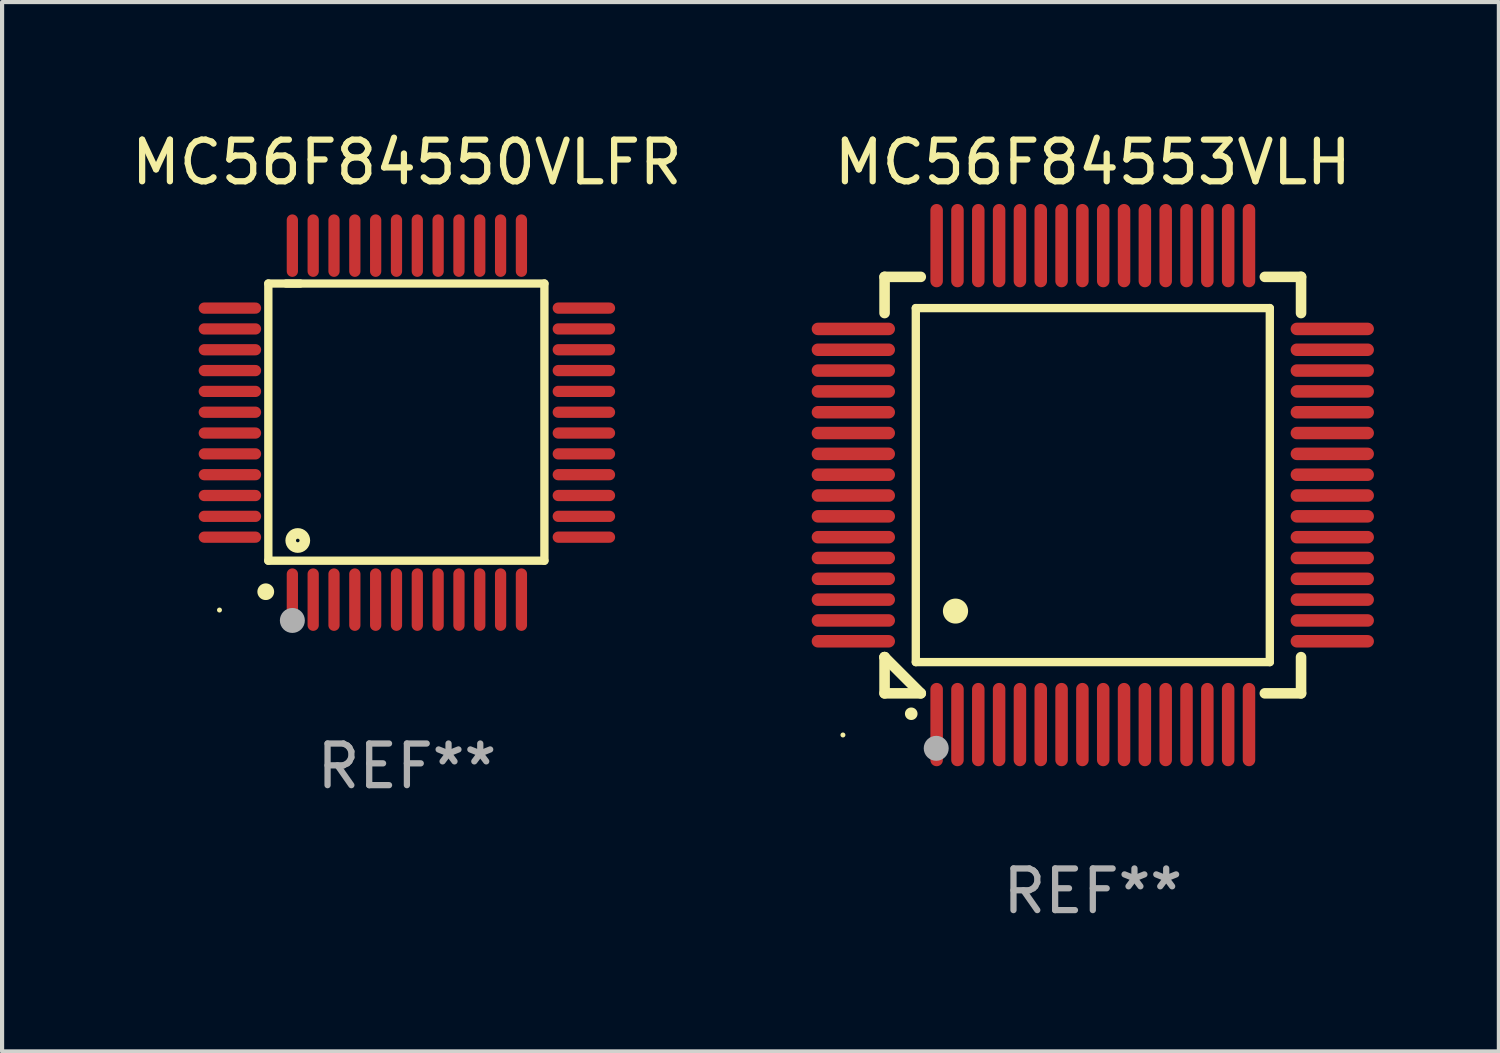
<source format=kicad_pcb>
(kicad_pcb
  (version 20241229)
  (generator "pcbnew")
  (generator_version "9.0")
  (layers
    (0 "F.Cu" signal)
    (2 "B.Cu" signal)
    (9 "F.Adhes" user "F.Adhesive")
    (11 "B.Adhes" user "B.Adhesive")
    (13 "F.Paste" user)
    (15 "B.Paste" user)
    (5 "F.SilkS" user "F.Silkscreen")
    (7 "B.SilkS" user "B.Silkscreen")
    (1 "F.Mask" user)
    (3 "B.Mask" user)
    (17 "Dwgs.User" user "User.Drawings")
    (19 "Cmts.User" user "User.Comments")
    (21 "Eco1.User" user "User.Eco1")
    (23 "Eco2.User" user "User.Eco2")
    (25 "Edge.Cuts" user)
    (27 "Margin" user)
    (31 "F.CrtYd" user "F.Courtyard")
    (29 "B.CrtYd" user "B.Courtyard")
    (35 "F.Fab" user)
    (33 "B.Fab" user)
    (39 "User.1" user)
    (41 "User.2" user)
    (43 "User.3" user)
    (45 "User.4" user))
  (footprint "MC56F84553VLH"
    (layer "F.Cu")
    (at 23.19 8.598)
    (property "Reference" "MC56F84553VLH" (at 0 -7.75 0) (layer "F.SilkS") (effects (font (size 1 1) (thickness 0.15))))
    (attr through_hole)
    (fp_line (start -5 -5) (end -4.131 -5) (stroke (width 0.254) (type solid)) (layer "F.SilkS"))
    (fp_line (start -5 -4.131) (end -5 -5) (stroke (width 0.254) (type solid)) (layer "F.SilkS"))
    (fp_line (start -5 4.131) (end -5 4.131) (stroke (width 0.254) (type solid)) (layer "F.SilkS"))
    (fp_line (start -5 5) (end -5 4.131) (stroke (width 0.254) (type solid)) (layer "F.SilkS"))
    (fp_line (start -5 4.131) (end -4.131 5) (stroke (width 0.254) (type solid)) (layer "F.SilkS"))
    (fp_line (start -4.25 -4.25) (end -4.25 4.25) (stroke (width 0.2) (type solid)) (layer "F.SilkS"))
    (fp_line (start -4.25 4.25) (end 4.25 4.25) (stroke (width 0.2) (type solid)) (layer "F.SilkS"))
    (fp_line (start -4.131 5) (end -5 5) (stroke (width 0.254) (type solid)) (layer "F.SilkS"))
    (fp_line (start 4.25 -4.25) (end -4.25 -4.25) (stroke (width 0.2) (type solid)) (layer "F.SilkS"))
    (fp_line (start 4.25 4.25) (end 4.25 -4.25) (stroke (width 0.2) (type solid)) (layer "F.SilkS"))
    (fp_line (start 5 -5) (end 4.131 -5) (stroke (width 0.254) (type solid)) (layer "F.SilkS"))
    (fp_line (start 5 -5) (end 5 -4.131) (stroke (width 0.254) (type solid)) (layer "F.SilkS"))
    (fp_line (start 5 4.131) (end 5 5) (stroke (width 0.254) (type solid)) (layer "F.SilkS"))
    (fp_line (start 5 5) (end 4.131 5) (stroke (width 0.254) (type solid)) (layer "F.SilkS"))
    (fp_arc (start -4.361265 5.489992) (mid -4.359995 5.489987) (end -4.358725 5.489992) (stroke (width 0.3) (type solid)) (layer "F.SilkS"))
    (fp_arc (start -3.299467 3.025146) (mid -3.296927 3.025135) (end -3.294387 3.025146) (stroke (width 0.6) (type solid)) (layer "F.SilkS"))
    (fp_circle (center -6 6) (end -5.97 6) (stroke (width 0.06) (type solid)) (fill no) (layer "F.SilkS"))
    (fp_circle (center -3.76 6.32) (end -3.61 6.32) (stroke (width 0.3) (type solid)) (fill no) (layer "F.Fab"))
    (fp_text user "REF**" (at 0 9.75 0) (layer "F.Fab") (effects (font (size 1 1) (thickness 0.15))))
    (pad "1" smd oval (at -3.75 5.75) (size 0.3 2) (layers "F.Cu" "F.Mask" "F.Paste"))
    (pad "2" smd oval (at -3.25 5.75) (size 0.3 2) (layers "F.Cu" "F.Mask" "F.Paste"))
    (pad "3" smd oval (at -2.75 5.75) (size 0.3 2) (layers "F.Cu" "F.Mask" "F.Paste"))
    (pad "4" smd oval (at -2.25 5.75) (size 0.3 2) (layers "F.Cu" "F.Mask" "F.Paste"))
    (pad "5" smd oval (at -1.75 5.75) (size 0.3 2) (layers "F.Cu" "F.Mask" "F.Paste"))
    (pad "6" smd oval (at -1.25 5.75) (size 0.3 2) (layers "F.Cu" "F.Mask" "F.Paste"))
    (pad "7" smd oval (at -0.75 5.75) (size 0.3 2) (layers "F.Cu" "F.Mask" "F.Paste"))
    (pad "8" smd oval (at -0.25 5.75) (size 0.3 2) (layers "F.Cu" "F.Mask" "F.Paste"))
    (pad "9" smd oval (at 0.25 5.75) (size 0.3 2) (layers "F.Cu" "F.Mask" "F.Paste"))
    (pad "10" smd oval (at 0.75 5.75) (size 0.3 2) (layers "F.Cu" "F.Mask" "F.Paste"))
    (pad "11" smd oval (at 1.25 5.75) (size 0.3 2) (layers "F.Cu" "F.Mask" "F.Paste"))
    (pad "12" smd oval (at 1.75 5.75) (size 0.3 2) (layers "F.Cu" "F.Mask" "F.Paste"))
    (pad "13" smd oval (at 2.25 5.75) (size 0.3 2) (layers "F.Cu" "F.Mask" "F.Paste"))
    (pad "14" smd oval (at 2.75 5.75) (size 0.3 2) (layers "F.Cu" "F.Mask" "F.Paste"))
    (pad "15" smd oval (at 3.25 5.75) (size 0.3 2) (layers "F.Cu" "F.Mask" "F.Paste"))
    (pad "16" smd oval (at 3.75 5.75) (size 0.3 2) (layers "F.Cu" "F.Mask" "F.Paste"))
    (pad "17" smd oval (at 5.75 3.75) (size 2 0.3) (layers "F.Cu" "F.Mask" "F.Paste"))
    (pad "18" smd oval (at 5.75 3.25) (size 2 0.3) (layers "F.Cu" "F.Mask" "F.Paste"))
    (pad "19" smd oval (at 5.75 2.75) (size 2 0.3) (layers "F.Cu" "F.Mask" "F.Paste"))
    (pad "20" smd oval (at 5.75 2.25) (size 2 0.3) (layers "F.Cu" "F.Mask" "F.Paste"))
    (pad "21" smd oval (at 5.75 1.75) (size 2 0.3) (layers "F.Cu" "F.Mask" "F.Paste"))
    (pad "22" smd oval (at 5.75 1.25) (size 2 0.3) (layers "F.Cu" "F.Mask" "F.Paste"))
    (pad "23" smd oval (at 5.75 0.75) (size 2 0.3) (layers "F.Cu" "F.Mask" "F.Paste"))
    (pad "24" smd oval (at 5.75 0.25) (size 2 0.3) (layers "F.Cu" "F.Mask" "F.Paste"))
    (pad "25" smd oval (at 5.75 -0.25) (size 2 0.3) (layers "F.Cu" "F.Mask" "F.Paste"))
    (pad "26" smd oval (at 5.75 -0.75) (size 2 0.3) (layers "F.Cu" "F.Mask" "F.Paste"))
    (pad "27" smd oval (at 5.75 -1.25) (size 2 0.3) (layers "F.Cu" "F.Mask" "F.Paste"))
    (pad "28" smd oval (at 5.75 -1.75) (size 2 0.3) (layers "F.Cu" "F.Mask" "F.Paste"))
    (pad "29" smd oval (at 5.75 -2.25) (size 2 0.3) (layers "F.Cu" "F.Mask" "F.Paste"))
    (pad "30" smd oval (at 5.75 -2.75) (size 2 0.3) (layers "F.Cu" "F.Mask" "F.Paste"))
    (pad "31" smd oval (at 5.75 -3.25) (size 2 0.3) (layers "F.Cu" "F.Mask" "F.Paste"))
    (pad "32" smd oval (at 5.75 -3.75) (size 2 0.3) (layers "F.Cu" "F.Mask" "F.Paste"))
    (pad "33" smd oval (at 3.75 -5.75) (size 0.3 2) (layers "F.Cu" "F.Mask" "F.Paste"))
    (pad "34" smd oval (at 3.25 -5.75) (size 0.3 2) (layers "F.Cu" "F.Mask" "F.Paste"))
    (pad "35" smd oval (at 2.75 -5.75) (size 0.3 2) (layers "F.Cu" "F.Mask" "F.Paste"))
    (pad "36" smd oval (at 2.25 -5.75) (size 0.3 2) (layers "F.Cu" "F.Mask" "F.Paste"))
    (pad "37" smd oval (at 1.75 -5.75) (size 0.3 2) (layers "F.Cu" "F.Mask" "F.Paste"))
    (pad "38" smd oval (at 1.25 -5.75) (size 0.3 2) (layers "F.Cu" "F.Mask" "F.Paste"))
    (pad "39" smd oval (at 0.75 -5.75) (size 0.3 2) (layers "F.Cu" "F.Mask" "F.Paste"))
    (pad "40" smd oval (at 0.25 -5.75) (size 0.3 2) (layers "F.Cu" "F.Mask" "F.Paste"))
    (pad "41" smd oval (at -0.25 -5.75) (size 0.3 2) (layers "F.Cu" "F.Mask" "F.Paste"))
    (pad "42" smd oval (at -0.75 -5.75) (size 0.3 2) (layers "F.Cu" "F.Mask" "F.Paste"))
    (pad "43" smd oval (at -1.25 -5.75) (size 0.3 2) (layers "F.Cu" "F.Mask" "F.Paste"))
    (pad "44" smd oval (at -1.75 -5.75) (size 0.3 2) (layers "F.Cu" "F.Mask" "F.Paste"))
    (pad "45" smd oval (at -2.25 -5.75) (size 0.3 2) (layers "F.Cu" "F.Mask" "F.Paste"))
    (pad "46" smd oval (at -2.75 -5.75) (size 0.3 2) (layers "F.Cu" "F.Mask" "F.Paste"))
    (pad "47" smd oval (at -3.25 -5.75) (size 0.3 2) (layers "F.Cu" "F.Mask" "F.Paste"))
    (pad "48" smd oval (at -3.75 -5.75) (size 0.3 2) (layers "F.Cu" "F.Mask" "F.Paste"))
    (pad "49" smd oval (at -5.75 -3.75) (size 2 0.3) (layers "F.Cu" "F.Mask" "F.Paste"))
    (pad "50" smd oval (at -5.75 -3.25) (size 2 0.3) (layers "F.Cu" "F.Mask" "F.Paste"))
    (pad "51" smd oval (at -5.75 -2.75) (size 2 0.3) (layers "F.Cu" "F.Mask" "F.Paste"))
    (pad "52" smd oval (at -5.75 -2.25) (size 2 0.3) (layers "F.Cu" "F.Mask" "F.Paste"))
    (pad "53" smd oval (at -5.75 -1.75) (size 2 0.3) (layers "F.Cu" "F.Mask" "F.Paste"))
    (pad "54" smd oval (at -5.75 -1.25) (size 2 0.3) (layers "F.Cu" "F.Mask" "F.Paste"))
    (pad "55" smd oval (at -5.75 -0.75) (size 2 0.3) (layers "F.Cu" "F.Mask" "F.Paste"))
    (pad "56" smd oval (at -5.75 -0.25) (size 2 0.3) (layers "F.Cu" "F.Mask" "F.Paste"))
    (pad "57" smd oval (at -5.75 0.25) (size 2 0.3) (layers "F.Cu" "F.Mask" "F.Paste"))
    (pad "58" smd oval (at -5.75 0.75) (size 2 0.3) (layers "F.Cu" "F.Mask" "F.Paste"))
    (pad "59" smd oval (at -5.75 1.25) (size 2 0.3) (layers "F.Cu" "F.Mask" "F.Paste"))
    (pad "60" smd oval (at -5.75 1.75) (size 2 0.3) (layers "F.Cu" "F.Mask" "F.Paste"))
    (pad "61" smd oval (at -5.75 2.25) (size 2 0.3) (layers "F.Cu" "F.Mask" "F.Paste"))
    (pad "62" smd oval (at -5.75 2.75) (size 2 0.3) (layers "F.Cu" "F.Mask" "F.Paste"))
    (pad "63" smd oval (at -5.75 3.25) (size 2 0.3) (layers "F.Cu" "F.Mask" "F.Paste"))
    (pad "64" smd oval (at -5.75 3.75) (size 2 0.3) (layers "F.Cu" "F.Mask" "F.Paste")))
  (footprint "MC56F84550VLFR"
    (layer "F.Cu")
    (at 6.72 7.098)
    (property "Reference" "MC56F84550VLFR" (at 0 -6.25 0) (layer "F.SilkS") (effects (font (size 1 1) (thickness 0.15))))
    (attr through_hole)
    (fp_line (start -3.327 -3.34) (end -2.565 -3.34) (stroke (width 0.2) (type solid)) (layer "F.SilkS"))
    (fp_line (start -3.327 3.315) (end -3.327 -3.34) (stroke (width 0.2) (type solid)) (layer "F.SilkS"))
    (fp_line (start -2.896 -3.34) (end 3.302 -3.34) (stroke (width 0.2) (type solid)) (layer "F.SilkS"))
    (fp_line (start 3.302 -3.34) (end 3.302 3.315) (stroke (width 0.2) (type solid)) (layer "F.SilkS"))
    (fp_line (start 3.302 3.315) (end -3.327 3.315) (stroke (width 0.2) (type solid)) (layer "F.SilkS"))
    (fp_arc (start -3.389992 4.059995) (mid -3.388722 4.059991) (end -3.387452 4.059995) (stroke (width 0.4) (type solid)) (layer "F.SilkS"))
    (fp_circle (center -4.5 4.5) (end -4.47 4.5) (stroke (width 0.06) (type solid)) (fill no) (layer "F.SilkS"))
    (fp_circle (center -2.62 2.83) (end -2.45 2.83) (stroke (width 0.254) (type solid)) (fill no) (layer "F.SilkS"))
    (fp_circle (center -2.75 4.75) (end -2.6 4.75) (stroke (width 0.3) (type solid)) (fill no) (layer "F.Fab"))
    (fp_text user "REF**" (at 0 8.25 0) (layer "F.Fab") (effects (font (size 1 1) (thickness 0.15))))
    (pad "1" smd oval (at -2.75 4.25) (size 0.27 1.5) (layers "F.Cu" "F.Mask" "F.Paste"))
    (pad "2" smd oval (at -2.25 4.25) (size 0.27 1.5) (layers "F.Cu" "F.Mask" "F.Paste"))
    (pad "3" smd oval (at -1.75 4.25) (size 0.27 1.5) (layers "F.Cu" "F.Mask" "F.Paste"))
    (pad "4" smd oval (at -1.25 4.25) (size 0.27 1.5) (layers "F.Cu" "F.Mask" "F.Paste"))
    (pad "5" smd oval (at -0.75 4.25) (size 0.27 1.5) (layers "F.Cu" "F.Mask" "F.Paste"))
    (pad "6" smd oval (at -0.25 4.25) (size 0.27 1.5) (layers "F.Cu" "F.Mask" "F.Paste"))
    (pad "7" smd oval (at 0.25 4.25) (size 0.27 1.5) (layers "F.Cu" "F.Mask" "F.Paste"))
    (pad "8" smd oval (at 0.75 4.25) (size 0.27 1.5) (layers "F.Cu" "F.Mask" "F.Paste"))
    (pad "9" smd oval (at 1.25 4.25) (size 0.27 1.5) (layers "F.Cu" "F.Mask" "F.Paste"))
    (pad "10" smd oval (at 1.75 4.25) (size 0.27 1.5) (layers "F.Cu" "F.Mask" "F.Paste"))
    (pad "11" smd oval (at 2.25 4.25) (size 0.27 1.5) (layers "F.Cu" "F.Mask" "F.Paste"))
    (pad "12" smd oval (at 2.75 4.25) (size 0.27 1.5) (layers "F.Cu" "F.Mask" "F.Paste"))
    (pad "13" smd oval (at 4.25 2.75) (size 1.5 0.27) (layers "F.Cu" "F.Mask" "F.Paste"))
    (pad "14" smd oval (at 4.25 2.25) (size 1.5 0.27) (layers "F.Cu" "F.Mask" "F.Paste"))
    (pad "15" smd oval (at 4.25 1.75) (size 1.5 0.27) (layers "F.Cu" "F.Mask" "F.Paste"))
    (pad "16" smd oval (at 4.25 1.25) (size 1.5 0.27) (layers "F.Cu" "F.Mask" "F.Paste"))
    (pad "17" smd oval (at 4.25 0.75) (size 1.5 0.27) (layers "F.Cu" "F.Mask" "F.Paste"))
    (pad "18" smd oval (at 4.25 0.25) (size 1.5 0.27) (layers "F.Cu" "F.Mask" "F.Paste"))
    (pad "19" smd oval (at 4.25 -0.25) (size 1.5 0.27) (layers "F.Cu" "F.Mask" "F.Paste"))
    (pad "20" smd oval (at 4.25 -0.75) (size 1.5 0.27) (layers "F.Cu" "F.Mask" "F.Paste"))
    (pad "21" smd oval (at 4.25 -1.25) (size 1.5 0.27) (layers "F.Cu" "F.Mask" "F.Paste"))
    (pad "22" smd oval (at 4.25 -1.75) (size 1.5 0.27) (layers "F.Cu" "F.Mask" "F.Paste"))
    (pad "23" smd oval (at 4.25 -2.25) (size 1.5 0.27) (layers "F.Cu" "F.Mask" "F.Paste"))
    (pad "24" smd oval (at 4.25 -2.75) (size 1.5 0.27) (layers "F.Cu" "F.Mask" "F.Paste"))
    (pad "25" smd oval (at 2.75 -4.25) (size 0.27 1.5) (layers "F.Cu" "F.Mask" "F.Paste"))
    (pad "26" smd oval (at 2.25 -4.25) (size 0.27 1.5) (layers "F.Cu" "F.Mask" "F.Paste"))
    (pad "27" smd oval (at 1.75 -4.25) (size 0.27 1.5) (layers "F.Cu" "F.Mask" "F.Paste"))
    (pad "28" smd oval (at 1.25 -4.25) (size 0.27 1.5) (layers "F.Cu" "F.Mask" "F.Paste"))
    (pad "29" smd oval (at 0.75 -4.25) (size 0.27 1.5) (layers "F.Cu" "F.Mask" "F.Paste"))
    (pad "30" smd oval (at 0.25 -4.25) (size 0.27 1.5) (layers "F.Cu" "F.Mask" "F.Paste"))
    (pad "31" smd oval (at -0.25 -4.25) (size 0.27 1.5) (layers "F.Cu" "F.Mask" "F.Paste"))
    (pad "32" smd oval (at -0.75 -4.25) (size 0.27 1.5) (layers "F.Cu" "F.Mask" "F.Paste"))
    (pad "33" smd oval (at -1.25 -4.25) (size 0.27 1.5) (layers "F.Cu" "F.Mask" "F.Paste"))
    (pad "34" smd oval (at -1.75 -4.25) (size 0.27 1.5) (layers "F.Cu" "F.Mask" "F.Paste"))
    (pad "35" smd oval (at -2.25 -4.25) (size 0.27 1.5) (layers "F.Cu" "F.Mask" "F.Paste"))
    (pad "36" smd oval (at -2.75 -4.25) (size 0.27 1.5) (layers "F.Cu" "F.Mask" "F.Paste"))
    (pad "37" smd oval (at -4.25 -2.75) (size 1.5 0.27) (layers "F.Cu" "F.Mask" "F.Paste"))
    (pad "38" smd oval (at -4.25 -2.25) (size 1.5 0.27) (layers "F.Cu" "F.Mask" "F.Paste"))
    (pad "39" smd oval (at -4.25 -1.75) (size 1.5 0.27) (layers "F.Cu" "F.Mask" "F.Paste"))
    (pad "40" smd oval (at -4.25 -1.25) (size 1.5 0.27) (layers "F.Cu" "F.Mask" "F.Paste"))
    (pad "41" smd oval (at -4.25 -0.75) (size 1.5 0.27) (layers "F.Cu" "F.Mask" "F.Paste"))
    (pad "42" smd oval (at -4.25 -0.25) (size 1.5 0.27) (layers "F.Cu" "F.Mask" "F.Paste"))
    (pad "43" smd oval (at -4.25 0.25) (size 1.5 0.27) (layers "F.Cu" "F.Mask" "F.Paste"))
    (pad "44" smd oval (at -4.25 0.75) (size 1.5 0.27) (layers "F.Cu" "F.Mask" "F.Paste"))
    (pad "45" smd oval (at -4.25 1.25) (size 1.5 0.27) (layers "F.Cu" "F.Mask" "F.Paste"))
    (pad "46" smd oval (at -4.25 1.75) (size 1.5 0.27) (layers "F.Cu" "F.Mask" "F.Paste"))
    (pad "47" smd oval (at -4.25 2.25) (size 1.5 0.27) (layers "F.Cu" "F.Mask" "F.Paste"))
    (pad "48" smd oval (at -4.25 2.75) (size 1.5 0.27) (layers "F.Cu" "F.Mask" "F.Paste")))
  (gr_rect
    (start -3 -3)
    (end 32.94 22.196)
    (stroke (width 0.1) (type default))
    (fill no)
    (layer "Edge.Cuts")))
</source>
